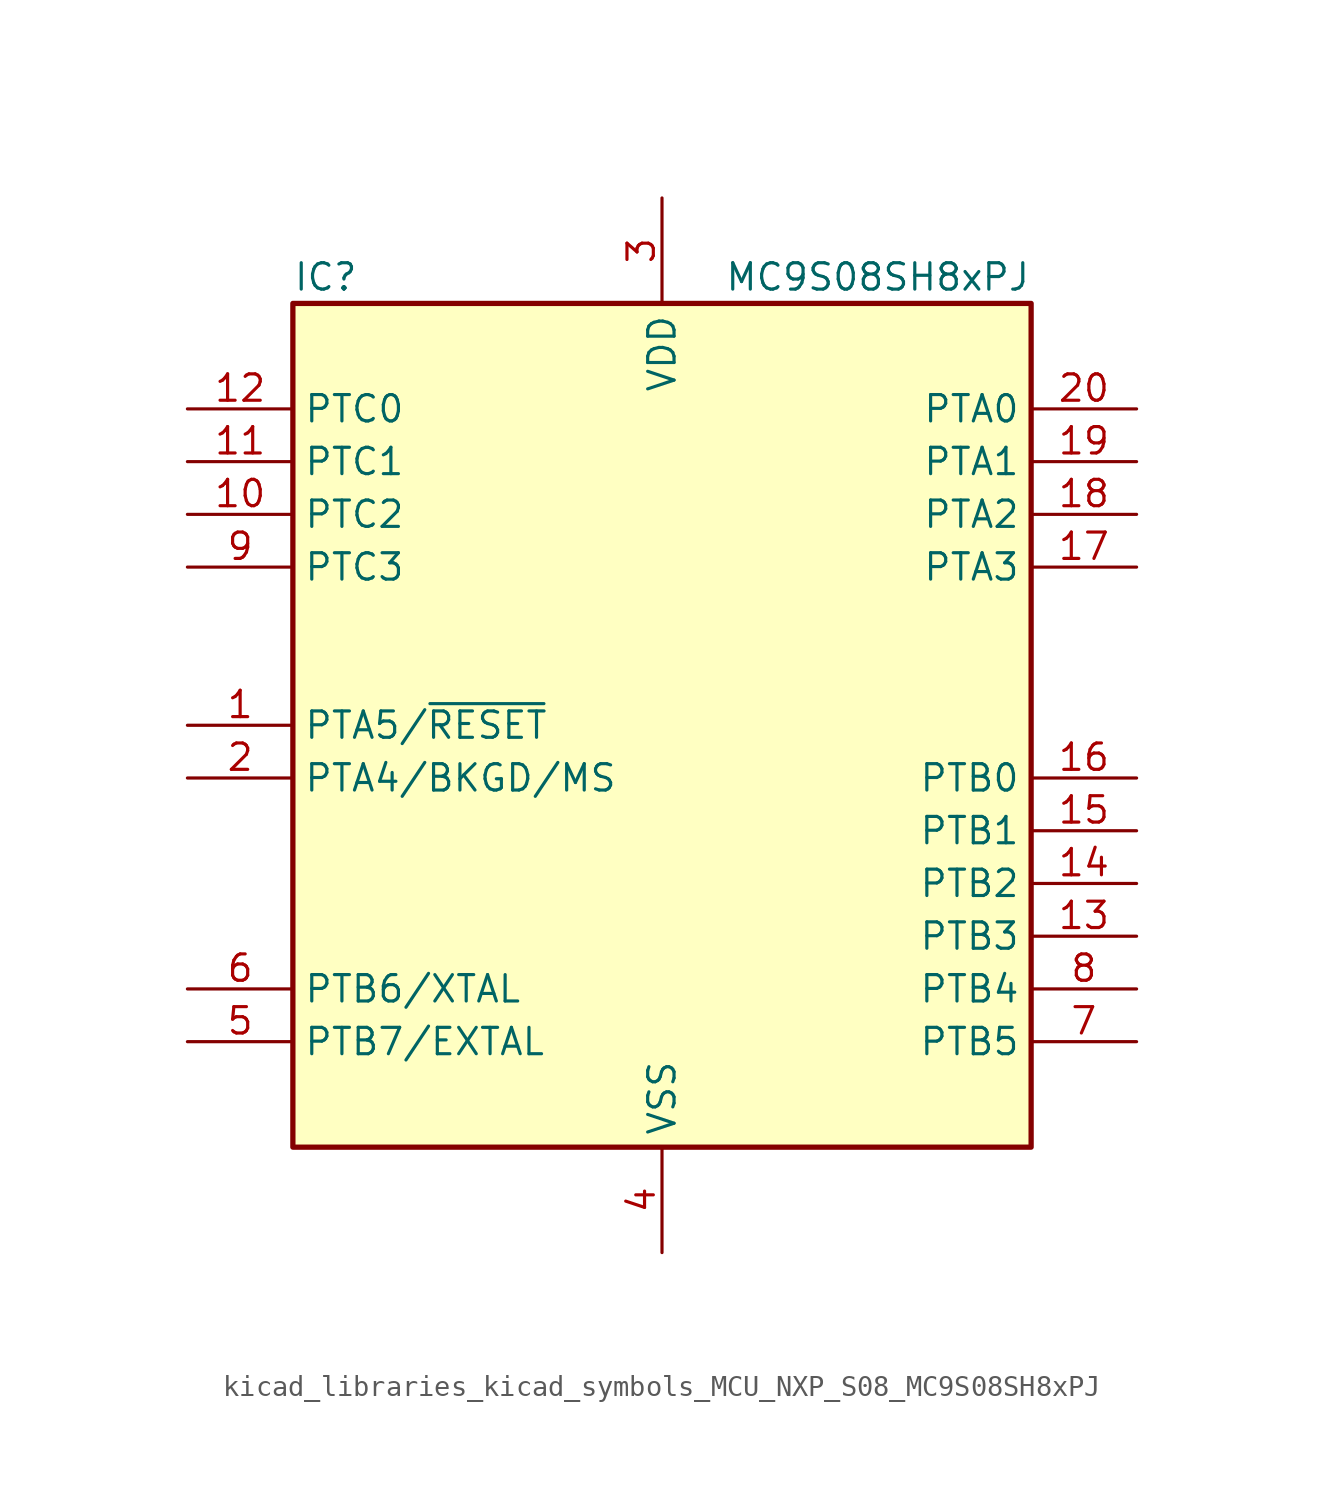
<source format=kicad_sym>
(kicad_symbol_lib
  (version 20220914)
  (generator kicad_symbol_editor)
  (symbol "kicad_libraries_kicad_symbols_MCU_NXP_S08_MC9S08SH8xPJ"
    (property "Reference" "IC"
      (at -17.78 21.59 0)
      (effects (font (size 1.27 1.27)) (justify left)))
    (property "Value" "MC9S08SH8xPJ"
      (at 17.78 21.59 0)
      (effects (font (size 1.27 1.27)) (justify right)))
    (symbol "kicad_libraries_kicad_symbols_MCU_NXP_S08_MC9S08SH8xPJ_0_1"
      (rectangle (start -17.78 20.32) (end 17.78 -20.32) (stroke (width 0.254) (type default)) (fill (type background))))
    (symbol "kicad_libraries_kicad_symbols_MCU_NXP_S08_MC9S08SH8xPJ_1_1"
      (pin bidirectional line (at -22.86 0 0) (length 5.08) (name "PTA5/~{RESET}" (effects (font (size 1.27 1.27)))) (number "1" (effects (font (size 1.27 1.27)))))
      (pin bidirectional line (at -22.86 10.16 0) (length 5.08) (name "PTC2" (effects (font (size 1.27 1.27)))) (number "10" (effects (font (size 1.27 1.27)))))
      (pin bidirectional line (at -22.86 12.7 0) (length 5.08) (name "PTC1" (effects (font (size 1.27 1.27)))) (number "11" (effects (font (size 1.27 1.27)))))
      (pin bidirectional line (at -22.86 15.24 0) (length 5.08) (name "PTC0" (effects (font (size 1.27 1.27)))) (number "12" (effects (font (size 1.27 1.27)))))
      (pin bidirectional line (at 22.86 -10.16 180) (length 5.08) (name "PTB3" (effects (font (size 1.27 1.27)))) (number "13" (effects (font (size 1.27 1.27)))))
      (pin bidirectional line (at 22.86 -7.62 180) (length 5.08) (name "PTB2" (effects (font (size 1.27 1.27)))) (number "14" (effects (font (size 1.27 1.27)))))
      (pin bidirectional line (at 22.86 -5.08 180) (length 5.08) (name "PTB1" (effects (font (size 1.27 1.27)))) (number "15" (effects (font (size 1.27 1.27)))))
      (pin bidirectional line (at 22.86 -2.54 180) (length 5.08) (name "PTB0" (effects (font (size 1.27 1.27)))) (number "16" (effects (font (size 1.27 1.27)))))
      (pin bidirectional line (at 22.86 7.62 180) (length 5.08) (name "PTA3" (effects (font (size 1.27 1.27)))) (number "17" (effects (font (size 1.27 1.27)))))
      (pin bidirectional line (at 22.86 10.16 180) (length 5.08) (name "PTA2" (effects (font (size 1.27 1.27)))) (number "18" (effects (font (size 1.27 1.27)))))
      (pin bidirectional line (at 22.86 12.7 180) (length 5.08) (name "PTA1" (effects (font (size 1.27 1.27)))) (number "19" (effects (font (size 1.27 1.27)))))
      (pin bidirectional line (at -22.86 -2.54 0) (length 5.08) (name "PTA4/BKGD/MS" (effects (font (size 1.27 1.27)))) (number "2" (effects (font (size 1.27 1.27)))))
      (pin bidirectional line (at 22.86 15.24 180) (length 5.08) (name "PTA0" (effects (font (size 1.27 1.27)))) (number "20" (effects (font (size 1.27 1.27)))))
      (pin power_in line (at 0 25.4 270) (length 5.08) (name "VDD" (effects (font (size 1.27 1.27)))) (number "3" (effects (font (size 1.27 1.27)))))
      (pin power_in line (at 0 -25.4 90) (length 5.08) (name "VSS" (effects (font (size 1.27 1.27)))) (number "4" (effects (font (size 1.27 1.27)))))
      (pin bidirectional line (at -22.86 -15.24 0) (length 5.08) (name "PTB7/EXTAL" (effects (font (size 1.27 1.27)))) (number "5" (effects (font (size 1.27 1.27)))))
      (pin bidirectional line (at -22.86 -12.7 0) (length 5.08) (name "PTB6/XTAL" (effects (font (size 1.27 1.27)))) (number "6" (effects (font (size 1.27 1.27)))))
      (pin bidirectional line (at 22.86 -15.24 180) (length 5.08) (name "PTB5" (effects (font (size 1.27 1.27)))) (number "7" (effects (font (size 1.27 1.27)))))
      (pin bidirectional line (at 22.86 -12.7 180) (length 5.08) (name "PTB4" (effects (font (size 1.27 1.27)))) (number "8" (effects (font (size 1.27 1.27)))))
      (pin bidirectional line (at -22.86 7.62 0) (length 5.08) (name "PTC3" (effects (font (size 1.27 1.27)))) (number "9" (effects (font (size 1.27 1.27))))))))
</source>
